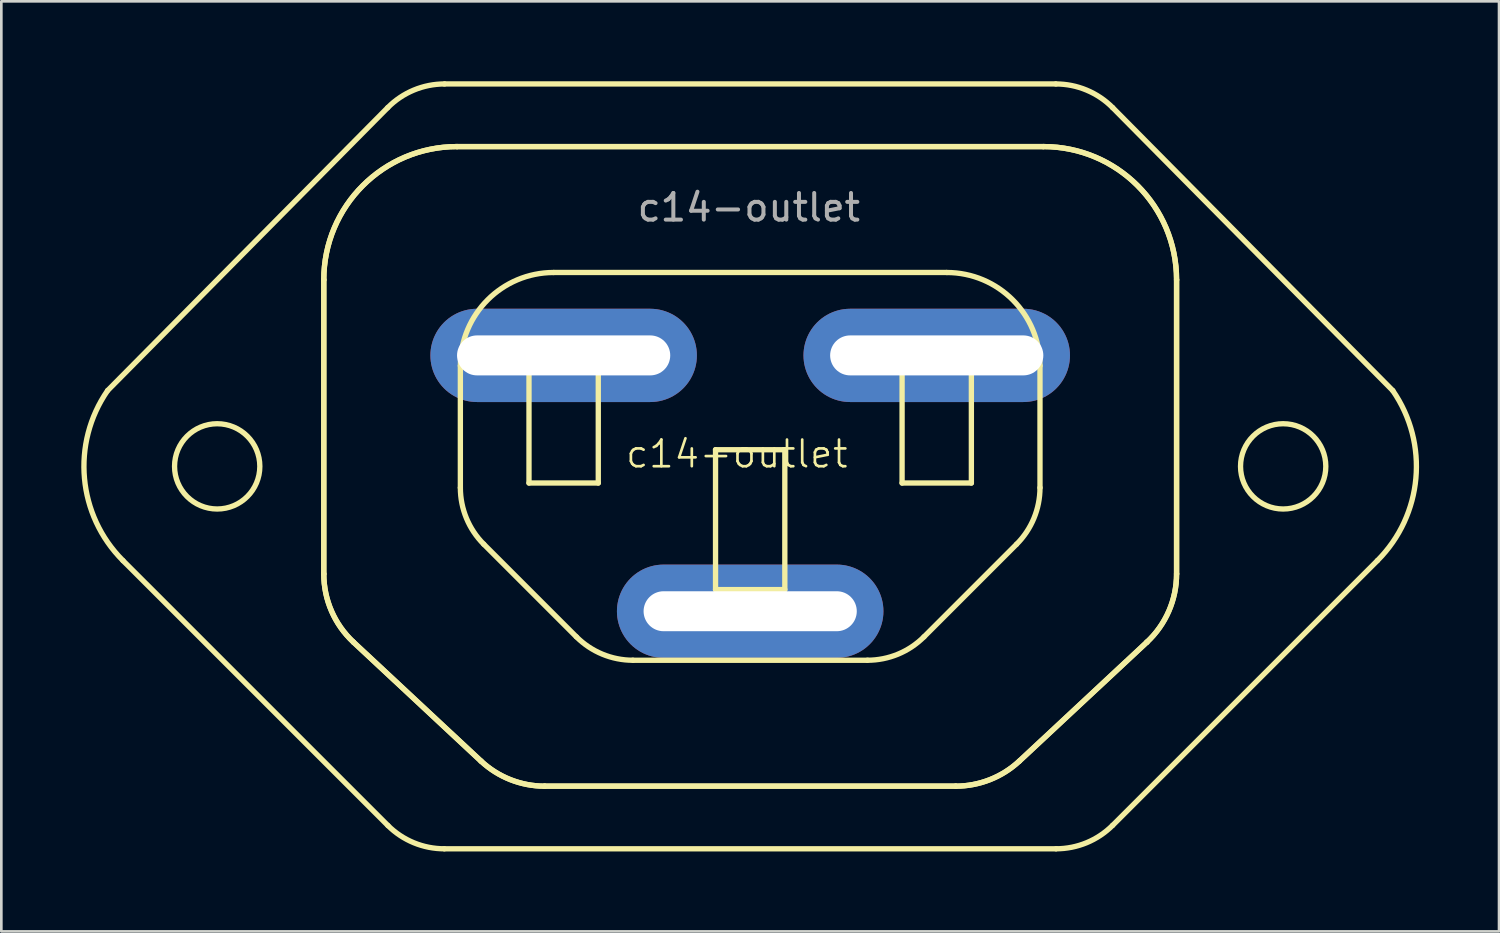
<source format=kicad_pcb>
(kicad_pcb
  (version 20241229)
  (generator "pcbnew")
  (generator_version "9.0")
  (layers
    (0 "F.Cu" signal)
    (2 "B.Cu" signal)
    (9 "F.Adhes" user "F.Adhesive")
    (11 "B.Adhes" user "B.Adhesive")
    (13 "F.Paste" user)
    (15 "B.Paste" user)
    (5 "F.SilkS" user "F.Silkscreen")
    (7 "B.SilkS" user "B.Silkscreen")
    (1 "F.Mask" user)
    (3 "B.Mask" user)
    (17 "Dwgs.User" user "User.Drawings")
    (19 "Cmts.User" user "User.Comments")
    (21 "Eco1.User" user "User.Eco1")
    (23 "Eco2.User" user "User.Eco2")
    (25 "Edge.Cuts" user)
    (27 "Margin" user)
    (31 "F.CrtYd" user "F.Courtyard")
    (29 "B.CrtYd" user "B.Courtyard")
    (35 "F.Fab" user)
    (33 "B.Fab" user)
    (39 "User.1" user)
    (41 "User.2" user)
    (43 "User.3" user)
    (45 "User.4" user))
  (footprint "c14-outlet"
    (layer "F.Cu")
    (at 25.05 14.486)
    (property "Reference" "c14-outlet" (at -0.45 -0.5 0) (unlocked yes) (layer "F.SilkS") (effects (font (size 1 1) (thickness 0.1))))
    (attr through_hole)
    (fp_line (start -23.486 3.5) (end -13.543 13.442) (stroke (width 0.2) (type default)) (layer "F.SilkS"))
    (fp_line (start -15.95 -7.036) (end -15.95 4) (stroke (width 0.2) (type default)) (layer "F.SilkS"))
    (fp_line (start -15.95 4) (end -15.95 -7.036) (stroke (width 0.2) (type default)) (layer "F.SilkS"))
    (fp_line (start -14.837 6.56) (end -10.05 11.024) (stroke (width 0.2) (type default)) (layer "F.SilkS"))
    (fp_line (start -13.552 -13.496) (end -24.063 -2.88) (stroke (width 0.2) (type default)) (layer "F.SilkS"))
    (fp_line (start -11.428 14.314) (end 11.528 14.314) (stroke (width 0.2) (type default)) (layer "F.SilkS"))
    (fp_line (start -10.95 -12.036) (end 11.05 -12.036) (stroke (width 0.2) (type default)) (layer "F.SilkS"))
    (fp_line (start -10.825 -3.811) (end -10.825 0.764) (stroke (width 0.2) (type default)) (layer "F.SilkS"))
    (fp_line (start -10.05 11.024) (end -14.837 6.56) (stroke (width 0.2) (type default)) (layer "F.SilkS"))
    (fp_line (start -9.946 2.886) (end -6.472 6.361) (stroke (width 0.2) (type default)) (layer "F.SilkS"))
    (fp_line (start -8.25 -4.661) (end -8.25 0.589) (stroke (width 0.2) (type default)) (layer "F.SilkS"))
    (fp_line (start -8.25 0.589) (end -5.65 0.589) (stroke (width 0.2) (type default)) (layer "F.SilkS"))
    (fp_line (start -7.663 11.964) (end 7.763 11.964) (stroke (width 0.2) (type default)) (layer "F.SilkS"))
    (fp_line (start -5.65 -4.661) (end -8.25 -4.661) (stroke (width 0.2) (type default)) (layer "F.SilkS"))
    (fp_line (start -5.65 0.589) (end -5.65 -4.661) (stroke (width 0.2) (type default)) (layer "F.SilkS"))
    (fp_line (start -4.35 7.239) (end 4.45 7.239) (stroke (width 0.2) (type default)) (layer "F.SilkS"))
    (fp_line (start -1.25 -0.661) (end -1.25 4.589) (stroke (width 0.2) (type default)) (layer "F.SilkS"))
    (fp_line (start -1.25 4.589) (end 1.35 4.589) (stroke (width 0.2) (type default)) (layer "F.SilkS"))
    (fp_line (start 1.35 -0.661) (end -1.25 -0.661) (stroke (width 0.2) (type default)) (layer "F.SilkS"))
    (fp_line (start 1.35 4.589) (end 1.35 -0.661) (stroke (width 0.2) (type default)) (layer "F.SilkS"))
    (fp_line (start 5.75 -4.661) (end 5.75 0.589) (stroke (width 0.2) (type default)) (layer "F.SilkS"))
    (fp_line (start 5.75 0.589) (end 8.35 0.589) (stroke (width 0.2) (type default)) (layer "F.SilkS"))
    (fp_line (start 6.572 6.361) (end 10.046 2.886) (stroke (width 0.2) (type default)) (layer "F.SilkS"))
    (fp_line (start 7.425 -7.311) (end -7.325 -7.311) (stroke (width 0.2) (type default)) (layer "F.SilkS"))
    (fp_line (start 7.763 11.964) (end -7.663 11.964) (stroke (width 0.2) (type default)) (layer "F.SilkS"))
    (fp_line (start 8.35 -4.661) (end 5.75 -4.661) (stroke (width 0.2) (type default)) (layer "F.SilkS"))
    (fp_line (start 8.35 0.589) (end 8.35 -4.661) (stroke (width 0.2) (type default)) (layer "F.SilkS"))
    (fp_line (start 10.15 11.024) (end 14.937 6.56) (stroke (width 0.2) (type default)) (layer "F.SilkS"))
    (fp_line (start 10.925 0.764) (end 10.925 -3.811) (stroke (width 0.2) (type default)) (layer "F.SilkS"))
    (fp_line (start 11.05 -12.036) (end -10.95 -12.036) (stroke (width 0.2) (type default)) (layer "F.SilkS"))
    (fp_line (start 11.52 -14.386) (end -11.42 -14.386) (stroke (width 0.2) (type default)) (layer "F.SilkS"))
    (fp_line (start 13.65 13.436) (end 23.586 3.5) (stroke (width 0.2) (type default)) (layer "F.SilkS"))
    (fp_line (start 14.937 6.56) (end 14.937 6.56) (stroke (width 0.2) (type default)) (layer "F.SilkS"))
    (fp_line (start 14.937 6.56) (end 10.15 11.024) (stroke (width 0.2) (type default)) (layer "F.SilkS"))
    (fp_line (start 16.05 -7.036) (end 16.05 4) (stroke (width 0.2) (type default)) (layer "F.SilkS"))
    (fp_line (start 16.05 4) (end 16.05 -7.036) (stroke (width 0.2) (type default)) (layer "F.SilkS"))
    (fp_line (start 24.163 -2.88) (end 13.652 -13.496) (stroke (width 0.2) (type default)) (layer "F.SilkS"))
    (fp_arc (start -23.485537 3.499749) (mid -24.929672 0.414643) (end -24.062558 -2.879521) (stroke (width 0.2) (type default)) (layer "F.SilkS"))
    (fp_arc (start -15.95 -7.035781) (mid -14.485533 -10.571314) (end -10.95 -12.035781) (stroke (width 0.2) (type default)) (layer "F.SilkS"))
    (fp_arc (start -15.95 -7.035781) (mid -14.485533 -10.571314) (end -10.95 -12.035781) (stroke (width 0.2) (type default)) (layer "F.SilkS"))
    (fp_arc (start -14.836988 6.559744) (mid -15.659704 5.395624) (end -15.95 4) (stroke (width 0.2) (type default)) (layer "F.SilkS"))
    (fp_arc (start -14.836988 6.559744) (mid -15.659704 5.395624) (end -15.95 4) (stroke (width 0.2) (type default)) (layer "F.SilkS"))
    (fp_arc (start -13.551533 -13.496444) (mid -12.5746 -14.154538) (end -11.419606 -14.385781) (stroke (width 0.2) (type default)) (layer "F.SilkS"))
    (fp_arc (start -11.428406 14.314219) (mid -12.572262 14.087608) (end -13.543305 13.441981) (stroke (width 0.2) (type default)) (layer "F.SilkS"))
    (fp_arc (start -10.825 -3.810781) (mid -9.799873 -6.285654) (end -7.325 -7.310781) (stroke (width 0.2) (type default)) (layer "F.SilkS"))
    (fp_arc (start -9.946299 2.885813) (mid -10.596614 1.912529) (end -10.825 0.764472) (stroke (width 0.2) (type default)) (layer "F.SilkS"))
    (fp_arc (start -7.662706 11.964219) (mid -8.94546 11.72068) (end -10.049702 11.023959) (stroke (width 0.2) (type default)) (layer "F.SilkS"))
    (fp_arc (start -7.662706 11.964219) (mid -8.94546 11.72068) (end -10.049702 11.02396) (stroke (width 0.2) (type default)) (layer "F.SilkS"))
    (fp_arc (start -4.350256 7.239219) (mid -5.498301 7.010856) (end -6.471569 6.360542) (stroke (width 0.2) (type default)) (layer "F.SilkS"))
    (fp_arc (start 6.571568 6.360544) (mid 5.598301 7.010837) (end 4.450264 7.239219) (stroke (width 0.2) (type default)) (layer "F.SilkS"))
    (fp_arc (start 7.425004 -7.310781) (mid 9.899868 -6.285652) (end 10.925 -3.810781) (stroke (width 0.2) (type default)) (layer "F.SilkS"))
    (fp_arc (start 10.149716 11.023947) (mid 9.045464 11.720681) (end 7.762694 11.964219) (stroke (width 0.2) (type default)) (layer "F.SilkS"))
    (fp_arc (start 10.149717 11.023947) (mid 9.045464 11.720681) (end 7.762694 11.964219) (stroke (width 0.2) (type default)) (layer "F.SilkS"))
    (fp_arc (start 10.925 0.764469) (mid 10.696637 1.912525) (end 10.046314 2.885799) (stroke (width 0.2) (type default)) (layer "F.SilkS"))
    (fp_arc (start 11.05 -12.035781) (mid 14.585528 -10.571313) (end 16.05 -7.03578) (stroke (width 0.2) (type default)) (layer "F.SilkS"))
    (fp_arc (start 11.05 -12.035781) (mid 14.585528 -10.571313) (end 16.05 -7.03578) (stroke (width 0.2) (type default)) (layer "F.SilkS"))
    (fp_arc (start 11.519614 -14.385781) (mid 12.674599 -14.154529) (end 13.651533 -13.496445) (stroke (width 0.2) (type default)) (layer "F.SilkS"))
    (fp_arc (start 13.649746 13.435541) (mid 12.676479 14.085862) (end 11.528431 14.314219) (stroke (width 0.2) (type default)) (layer "F.SilkS"))
    (fp_arc (start 16.05 3.999998) (mid 15.759711 5.395621) (end 14.936995 6.559738) (stroke (width 0.2) (type default)) (layer "F.SilkS"))
    (fp_arc (start 16.05 3.999999) (mid 15.75971 5.395623) (end 14.936991 6.559741) (stroke (width 0.2) (type default)) (layer "F.SilkS"))
    (fp_arc (start 24.162557 -2.879523) (mid 25.029671 0.414643) (end 23.585536 3.499751) (stroke (width 0.2) (type default)) (layer "F.SilkS"))
    (fp_circle (center -19.95 -0.036) (end -21.55 -0.036) (stroke (width 0.2) (type default)) (fill no) (layer "F.SilkS"))
    (fp_circle (center 20.05 -0.036) (end 18.45 -0.036) (stroke (width 0.2) (type default)) (fill no) (layer "F.SilkS"))
    (fp_text user "${REFERENCE}" (at 0 -9.75 0) (unlocked yes) (layer "F.Fab") (effects (font (size 1 1) (thickness 0.15))))
    (pad "1" thru_hole oval (at 7.05 -4.2 180) (size 10 3.5) (drill oval 8 1.5) (layers "*.Cu" "*.Mask"))
    (pad "2" thru_hole oval (at -6.95 -4.2 180) (size 10 3.5) (drill oval 8 1.5) (layers "*.Cu" "*.Mask"))
    (pad "3" thru_hole oval (at 0.05 5.4 180) (size 10 3.5) (drill oval 8 1.5) (layers "*.Cu" "*.Mask")))
  (gr_rect
    (start -3 -3)
    (end 53.2 31.9)
    (stroke (width 0.1) (type default))
    (fill no)
    (layer "Edge.Cuts")))
</source>
